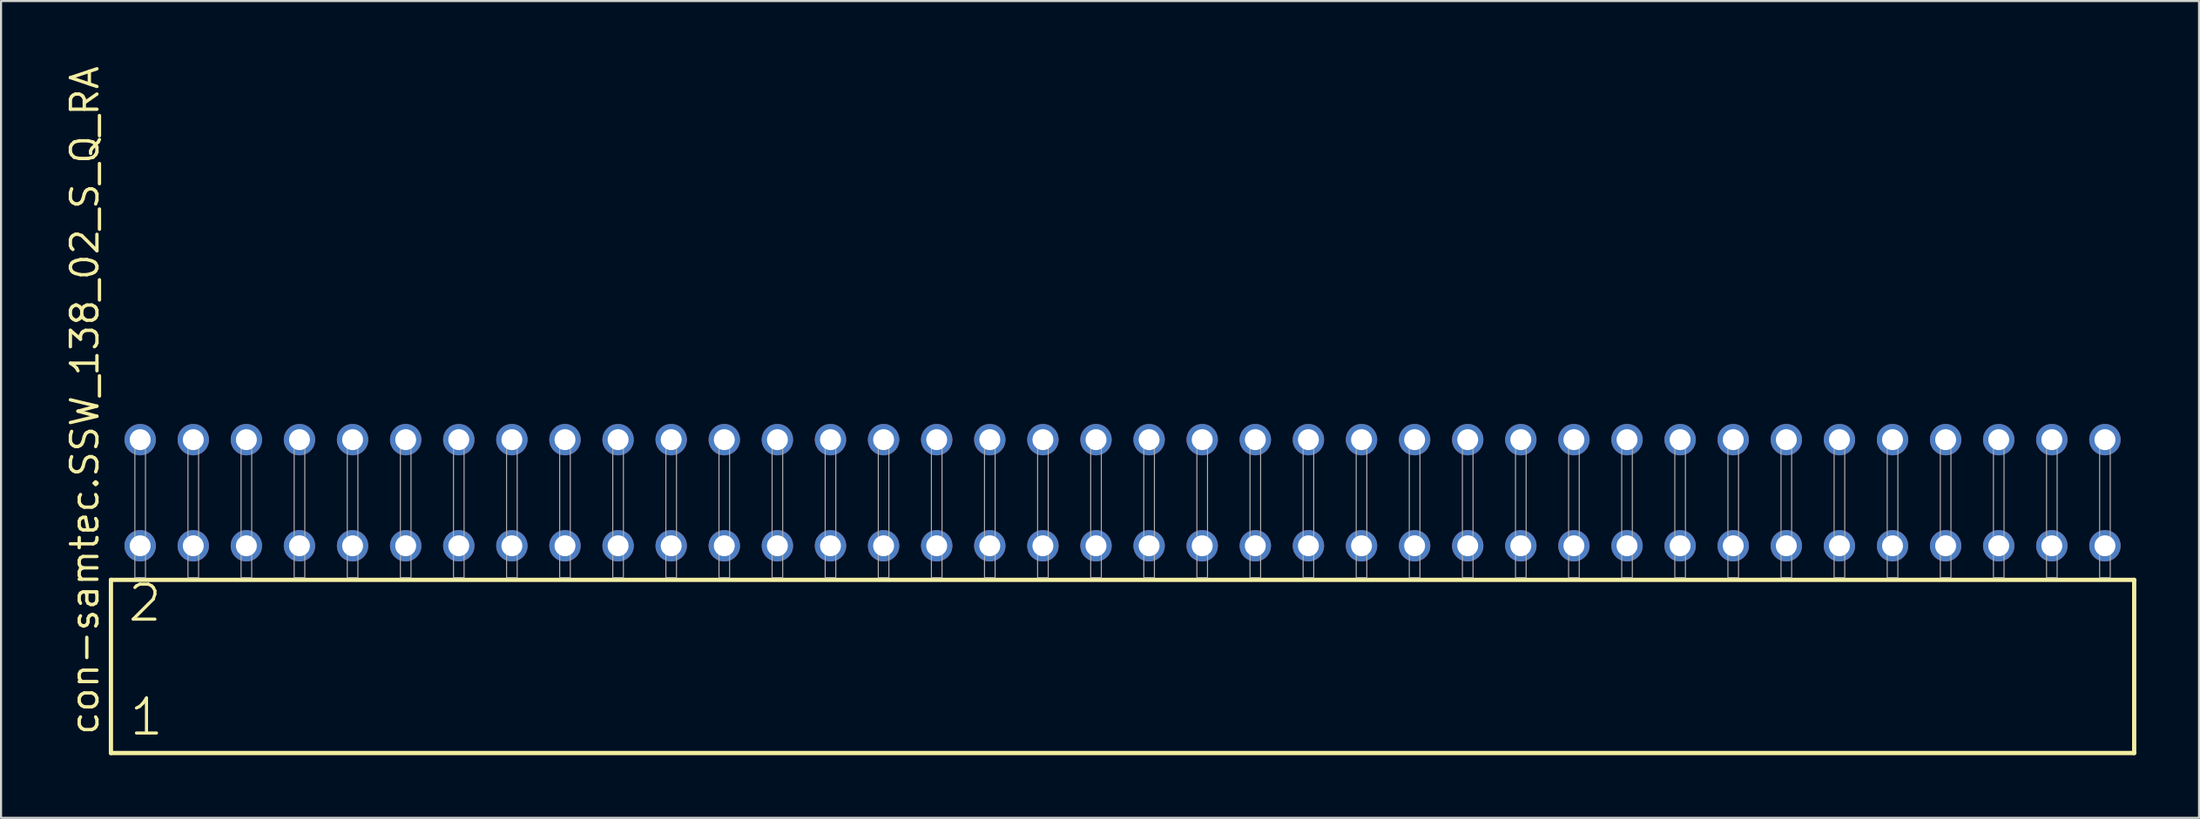
<source format=kicad_pcb>
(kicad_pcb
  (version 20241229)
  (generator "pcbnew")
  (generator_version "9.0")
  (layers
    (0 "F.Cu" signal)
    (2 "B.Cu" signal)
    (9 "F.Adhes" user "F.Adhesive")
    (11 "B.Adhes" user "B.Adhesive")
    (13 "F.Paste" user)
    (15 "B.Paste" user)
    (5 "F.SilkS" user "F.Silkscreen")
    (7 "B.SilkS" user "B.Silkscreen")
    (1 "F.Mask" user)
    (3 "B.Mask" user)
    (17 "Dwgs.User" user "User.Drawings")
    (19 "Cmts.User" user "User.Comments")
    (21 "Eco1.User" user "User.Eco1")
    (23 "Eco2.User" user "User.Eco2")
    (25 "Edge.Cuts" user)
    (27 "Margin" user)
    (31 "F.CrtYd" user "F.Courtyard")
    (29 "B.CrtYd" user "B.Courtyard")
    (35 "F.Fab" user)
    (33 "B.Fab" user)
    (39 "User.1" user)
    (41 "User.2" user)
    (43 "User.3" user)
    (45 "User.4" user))
  (footprint "con-samtec.SSW_138_02_S_Q_RA"
    (layer "F.Cu")
    (at 50.645 24.598)
    (property "Reference" "con-samtec.SSW_138_02_S_Q_RA" (at -48.895 7.62 90) (layer "F.SilkS") (effects (font (size 1.27 1.27) (thickness 0.16)) (justify left bottom)))
    (attr through_hole)
    (fp_line (start -48.389 0.106) (end -48.389 8.396) (stroke (width 0.203) (type default)) (layer "F.SilkS"))
    (fp_line (start -48.389 8.396) (end 48.389 8.396) (stroke (width 0.203) (type default)) (layer "F.SilkS"))
    (fp_line (start 48.389 0.106) (end -48.389 0.106) (stroke (width 0.203) (type default)) (layer "F.SilkS"))
    (fp_line (start 48.389 8.396) (end 48.389 0.106) (stroke (width 0.203) (type default)) (layer "F.SilkS"))
    (fp_rect (start -47.244 0) (end -46.736 -6.858) (stroke (width 0.05) (type default)) (fill no) (layer "F.Fab"))
    (fp_rect (start -44.704 0) (end -44.196 -6.858) (stroke (width 0.05) (type default)) (fill no) (layer "F.Fab"))
    (fp_rect (start -42.164 0) (end -41.656 -6.858) (stroke (width 0.05) (type default)) (fill no) (layer "F.Fab"))
    (fp_rect (start -39.624 0) (end -39.116 -6.858) (stroke (width 0.05) (type default)) (fill no) (layer "F.Fab"))
    (fp_rect (start -37.084 0) (end -36.576 -6.858) (stroke (width 0.05) (type default)) (fill no) (layer "F.Fab"))
    (fp_rect (start -34.544 0) (end -34.036 -6.858) (stroke (width 0.05) (type default)) (fill no) (layer "F.Fab"))
    (fp_rect (start -32.004 0) (end -31.496 -6.858) (stroke (width 0.05) (type default)) (fill no) (layer "F.Fab"))
    (fp_rect (start -29.464 0) (end -28.956 -6.858) (stroke (width 0.05) (type default)) (fill no) (layer "F.Fab"))
    (fp_rect (start -26.924 0) (end -26.416 -6.858) (stroke (width 0.05) (type default)) (fill no) (layer "F.Fab"))
    (fp_rect (start -24.384 0) (end -23.876 -6.858) (stroke (width 0.05) (type default)) (fill no) (layer "F.Fab"))
    (fp_rect (start -21.844 0) (end -21.336 -6.858) (stroke (width 0.05) (type default)) (fill no) (layer "F.Fab"))
    (fp_rect (start -19.304 0) (end -18.796 -6.858) (stroke (width 0.05) (type default)) (fill no) (layer "F.Fab"))
    (fp_rect (start -16.764 0) (end -16.256 -6.858) (stroke (width 0.05) (type default)) (fill no) (layer "F.Fab"))
    (fp_rect (start -14.224 0) (end -13.716 -6.858) (stroke (width 0.05) (type default)) (fill no) (layer "F.Fab"))
    (fp_rect (start -11.684 0) (end -11.176 -6.858) (stroke (width 0.05) (type default)) (fill no) (layer "F.Fab"))
    (fp_rect (start -9.144 0) (end -8.636 -6.858) (stroke (width 0.05) (type default)) (fill no) (layer "F.Fab"))
    (fp_rect (start -6.604 0) (end -6.096 -6.858) (stroke (width 0.05) (type default)) (fill no) (layer "F.Fab"))
    (fp_rect (start -4.064 0) (end -3.556 -6.858) (stroke (width 0.05) (type default)) (fill no) (layer "F.Fab"))
    (fp_rect (start -1.524 0) (end -1.016 -6.858) (stroke (width 0.05) (type default)) (fill no) (layer "F.Fab"))
    (fp_rect (start 1.016 0) (end 1.524 -6.858) (stroke (width 0.05) (type default)) (fill no) (layer "F.Fab"))
    (fp_rect (start 3.556 0) (end 4.064 -6.858) (stroke (width 0.05) (type default)) (fill no) (layer "F.Fab"))
    (fp_rect (start 6.096 0) (end 6.604 -6.858) (stroke (width 0.05) (type default)) (fill no) (layer "F.Fab"))
    (fp_rect (start 8.636 0) (end 9.144 -6.858) (stroke (width 0.05) (type default)) (fill no) (layer "F.Fab"))
    (fp_rect (start 11.176 0) (end 11.684 -6.858) (stroke (width 0.05) (type default)) (fill no) (layer "F.Fab"))
    (fp_rect (start 13.716 0) (end 14.224 -6.858) (stroke (width 0.05) (type default)) (fill no) (layer "F.Fab"))
    (fp_rect (start 16.256 0) (end 16.764 -6.858) (stroke (width 0.05) (type default)) (fill no) (layer "F.Fab"))
    (fp_rect (start 18.796 0) (end 19.304 -6.858) (stroke (width 0.05) (type default)) (fill no) (layer "F.Fab"))
    (fp_rect (start 21.336 0) (end 21.844 -6.858) (stroke (width 0.05) (type default)) (fill no) (layer "F.Fab"))
    (fp_rect (start 23.876 0) (end 24.384 -6.858) (stroke (width 0.05) (type default)) (fill no) (layer "F.Fab"))
    (fp_rect (start 26.416 0) (end 26.924 -6.858) (stroke (width 0.05) (type default)) (fill no) (layer "F.Fab"))
    (fp_rect (start 28.956 0) (end 29.464 -6.858) (stroke (width 0.05) (type default)) (fill no) (layer "F.Fab"))
    (fp_rect (start 31.496 0) (end 32.004 -6.858) (stroke (width 0.05) (type default)) (fill no) (layer "F.Fab"))
    (fp_rect (start 34.036 0) (end 34.544 -6.858) (stroke (width 0.05) (type default)) (fill no) (layer "F.Fab"))
    (fp_rect (start 36.576 0) (end 37.084 -6.858) (stroke (width 0.05) (type default)) (fill no) (layer "F.Fab"))
    (fp_rect (start 39.116 0) (end 39.624 -6.858) (stroke (width 0.05) (type default)) (fill no) (layer "F.Fab"))
    (fp_rect (start 41.656 0) (end 42.164 -6.858) (stroke (width 0.05) (type default)) (fill no) (layer "F.Fab"))
    (fp_rect (start 44.196 0) (end 44.704 -6.858) (stroke (width 0.05) (type default)) (fill no) (layer "F.Fab"))
    (fp_rect (start 46.736 0) (end 47.244 -6.858) (stroke (width 0.05) (type default)) (fill no) (layer "F.Fab"))
    (fp_text user "1" (at -47.585 7.65 0) (layer "F.SilkS") (effects (font (size 1.676 1.676) (thickness 0.15)) (justify left bottom)))
    (fp_text user "2" (at -47.66 2.2 0) (layer "F.SilkS") (effects (font (size 1.676 1.676) (thickness 0.15)) (justify left bottom)))
    (pad "1" thru_hole circle (at -46.99 -1.524) (size 1.5 1.5) (drill 1) (layers "*.Cu" "*.Mask"))
    (pad "2" thru_hole circle (at -46.99 -6.604) (size 1.5 1.5) (drill 1) (layers "*.Cu" "*.Mask"))
    (pad "3" thru_hole circle (at -44.45 -1.524) (size 1.5 1.5) (drill 1) (layers "*.Cu" "*.Mask"))
    (pad "4" thru_hole circle (at -44.45 -6.604) (size 1.5 1.5) (drill 1) (layers "*.Cu" "*.Mask"))
    (pad "5" thru_hole circle (at -41.91 -1.524) (size 1.5 1.5) (drill 1) (layers "*.Cu" "*.Mask"))
    (pad "6" thru_hole circle (at -41.91 -6.604) (size 1.5 1.5) (drill 1) (layers "*.Cu" "*.Mask"))
    (pad "7" thru_hole circle (at -39.37 -1.524) (size 1.5 1.5) (drill 1) (layers "*.Cu" "*.Mask"))
    (pad "8" thru_hole circle (at -39.37 -6.604) (size 1.5 1.5) (drill 1) (layers "*.Cu" "*.Mask"))
    (pad "9" thru_hole circle (at -36.83 -1.524) (size 1.5 1.5) (drill 1) (layers "*.Cu" "*.Mask"))
    (pad "10" thru_hole circle (at -36.83 -6.604) (size 1.5 1.5) (drill 1) (layers "*.Cu" "*.Mask"))
    (pad "11" thru_hole circle (at -34.29 -1.524) (size 1.5 1.5) (drill 1) (layers "*.Cu" "*.Mask"))
    (pad "12" thru_hole circle (at -34.29 -6.604) (size 1.5 1.5) (drill 1) (layers "*.Cu" "*.Mask"))
    (pad "13" thru_hole circle (at -31.75 -1.524) (size 1.5 1.5) (drill 1) (layers "*.Cu" "*.Mask"))
    (pad "14" thru_hole circle (at -31.75 -6.604) (size 1.5 1.5) (drill 1) (layers "*.Cu" "*.Mask"))
    (pad "15" thru_hole circle (at -29.21 -1.524) (size 1.5 1.5) (drill 1) (layers "*.Cu" "*.Mask"))
    (pad "16" thru_hole circle (at -29.21 -6.604) (size 1.5 1.5) (drill 1) (layers "*.Cu" "*.Mask"))
    (pad "17" thru_hole circle (at -26.67 -1.524) (size 1.5 1.5) (drill 1) (layers "*.Cu" "*.Mask"))
    (pad "18" thru_hole circle (at -26.67 -6.604) (size 1.5 1.5) (drill 1) (layers "*.Cu" "*.Mask"))
    (pad "19" thru_hole circle (at -24.13 -1.524) (size 1.5 1.5) (drill 1) (layers "*.Cu" "*.Mask"))
    (pad "20" thru_hole circle (at -24.13 -6.604) (size 1.5 1.5) (drill 1) (layers "*.Cu" "*.Mask"))
    (pad "21" thru_hole circle (at -21.59 -1.524) (size 1.5 1.5) (drill 1) (layers "*.Cu" "*.Mask"))
    (pad "22" thru_hole circle (at -21.59 -6.604) (size 1.5 1.5) (drill 1) (layers "*.Cu" "*.Mask"))
    (pad "23" thru_hole circle (at -19.05 -1.524) (size 1.5 1.5) (drill 1) (layers "*.Cu" "*.Mask"))
    (pad "24" thru_hole circle (at -19.05 -6.604) (size 1.5 1.5) (drill 1) (layers "*.Cu" "*.Mask"))
    (pad "25" thru_hole circle (at -16.51 -1.524) (size 1.5 1.5) (drill 1) (layers "*.Cu" "*.Mask"))
    (pad "26" thru_hole circle (at -16.51 -6.604) (size 1.5 1.5) (drill 1) (layers "*.Cu" "*.Mask"))
    (pad "27" thru_hole circle (at -13.97 -1.524) (size 1.5 1.5) (drill 1) (layers "*.Cu" "*.Mask"))
    (pad "28" thru_hole circle (at -13.97 -6.604) (size 1.5 1.5) (drill 1) (layers "*.Cu" "*.Mask"))
    (pad "29" thru_hole circle (at -11.43 -1.524) (size 1.5 1.5) (drill 1) (layers "*.Cu" "*.Mask"))
    (pad "30" thru_hole circle (at -11.43 -6.604) (size 1.5 1.5) (drill 1) (layers "*.Cu" "*.Mask"))
    (pad "31" thru_hole circle (at -8.89 -1.524) (size 1.5 1.5) (drill 1) (layers "*.Cu" "*.Mask"))
    (pad "32" thru_hole circle (at -8.89 -6.604) (size 1.5 1.5) (drill 1) (layers "*.Cu" "*.Mask"))
    (pad "33" thru_hole circle (at -6.35 -1.524) (size 1.5 1.5) (drill 1) (layers "*.Cu" "*.Mask"))
    (pad "34" thru_hole circle (at -6.35 -6.604) (size 1.5 1.5) (drill 1) (layers "*.Cu" "*.Mask"))
    (pad "35" thru_hole circle (at -3.81 -1.524) (size 1.5 1.5) (drill 1) (layers "*.Cu" "*.Mask"))
    (pad "36" thru_hole circle (at -3.81 -6.604) (size 1.5 1.5) (drill 1) (layers "*.Cu" "*.Mask"))
    (pad "37" thru_hole circle (at -1.27 -1.524) (size 1.5 1.5) (drill 1) (layers "*.Cu" "*.Mask"))
    (pad "38" thru_hole circle (at -1.27 -6.604) (size 1.5 1.5) (drill 1) (layers "*.Cu" "*.Mask"))
    (pad "39" thru_hole circle (at 1.27 -1.524) (size 1.5 1.5) (drill 1) (layers "*.Cu" "*.Mask"))
    (pad "40" thru_hole circle (at 1.27 -6.604) (size 1.5 1.5) (drill 1) (layers "*.Cu" "*.Mask"))
    (pad "41" thru_hole circle (at 3.81 -1.524) (size 1.5 1.5) (drill 1) (layers "*.Cu" "*.Mask"))
    (pad "42" thru_hole circle (at 3.81 -6.604) (size 1.5 1.5) (drill 1) (layers "*.Cu" "*.Mask"))
    (pad "43" thru_hole circle (at 6.35 -1.524) (size 1.5 1.5) (drill 1) (layers "*.Cu" "*.Mask"))
    (pad "44" thru_hole circle (at 6.35 -6.604) (size 1.5 1.5) (drill 1) (layers "*.Cu" "*.Mask"))
    (pad "45" thru_hole circle (at 8.89 -1.524) (size 1.5 1.5) (drill 1) (layers "*.Cu" "*.Mask"))
    (pad "46" thru_hole circle (at 8.89 -6.604) (size 1.5 1.5) (drill 1) (layers "*.Cu" "*.Mask"))
    (pad "47" thru_hole circle (at 11.43 -1.524) (size 1.5 1.5) (drill 1) (layers "*.Cu" "*.Mask"))
    (pad "48" thru_hole circle (at 11.43 -6.604) (size 1.5 1.5) (drill 1) (layers "*.Cu" "*.Mask"))
    (pad "49" thru_hole circle (at 13.97 -1.524) (size 1.5 1.5) (drill 1) (layers "*.Cu" "*.Mask"))
    (pad "50" thru_hole circle (at 13.97 -6.604) (size 1.5 1.5) (drill 1) (layers "*.Cu" "*.Mask"))
    (pad "51" thru_hole circle (at 16.51 -1.524) (size 1.5 1.5) (drill 1) (layers "*.Cu" "*.Mask"))
    (pad "52" thru_hole circle (at 16.51 -6.604) (size 1.5 1.5) (drill 1) (layers "*.Cu" "*.Mask"))
    (pad "53" thru_hole circle (at 19.05 -1.524) (size 1.5 1.5) (drill 1) (layers "*.Cu" "*.Mask"))
    (pad "54" thru_hole circle (at 19.05 -6.604) (size 1.5 1.5) (drill 1) (layers "*.Cu" "*.Mask"))
    (pad "55" thru_hole circle (at 21.59 -1.524) (size 1.5 1.5) (drill 1) (layers "*.Cu" "*.Mask"))
    (pad "56" thru_hole circle (at 21.59 -6.604) (size 1.5 1.5) (drill 1) (layers "*.Cu" "*.Mask"))
    (pad "57" thru_hole circle (at 24.13 -1.524) (size 1.5 1.5) (drill 1) (layers "*.Cu" "*.Mask"))
    (pad "58" thru_hole circle (at 24.13 -6.604) (size 1.5 1.5) (drill 1) (layers "*.Cu" "*.Mask"))
    (pad "59" thru_hole circle (at 26.67 -1.524) (size 1.5 1.5) (drill 1) (layers "*.Cu" "*.Mask"))
    (pad "60" thru_hole circle (at 26.67 -6.604) (size 1.5 1.5) (drill 1) (layers "*.Cu" "*.Mask"))
    (pad "61" thru_hole circle (at 29.21 -1.524) (size 1.5 1.5) (drill 1) (layers "*.Cu" "*.Mask"))
    (pad "62" thru_hole circle (at 29.21 -6.604) (size 1.5 1.5) (drill 1) (layers "*.Cu" "*.Mask"))
    (pad "63" thru_hole circle (at 31.75 -1.524) (size 1.5 1.5) (drill 1) (layers "*.Cu" "*.Mask"))
    (pad "64" thru_hole circle (at 31.75 -6.604) (size 1.5 1.5) (drill 1) (layers "*.Cu" "*.Mask"))
    (pad "65" thru_hole circle (at 34.29 -1.524) (size 1.5 1.5) (drill 1) (layers "*.Cu" "*.Mask"))
    (pad "66" thru_hole circle (at 34.29 -6.604) (size 1.5 1.5) (drill 1) (layers "*.Cu" "*.Mask"))
    (pad "67" thru_hole circle (at 36.83 -1.524) (size 1.5 1.5) (drill 1) (layers "*.Cu" "*.Mask"))
    (pad "68" thru_hole circle (at 36.83 -6.604) (size 1.5 1.5) (drill 1) (layers "*.Cu" "*.Mask"))
    (pad "69" thru_hole circle (at 39.37 -1.524) (size 1.5 1.5) (drill 1) (layers "*.Cu" "*.Mask"))
    (pad "70" thru_hole circle (at 39.37 -6.604) (size 1.5 1.5) (drill 1) (layers "*.Cu" "*.Mask"))
    (pad "71" thru_hole circle (at 41.91 -1.524) (size 1.5 1.5) (drill 1) (layers "*.Cu" "*.Mask"))
    (pad "72" thru_hole circle (at 41.91 -6.604) (size 1.5 1.5) (drill 1) (layers "*.Cu" "*.Mask"))
    (pad "73" thru_hole circle (at 44.45 -1.524) (size 1.5 1.5) (drill 1) (layers "*.Cu" "*.Mask"))
    (pad "74" thru_hole circle (at 44.45 -6.604) (size 1.5 1.5) (drill 1) (layers "*.Cu" "*.Mask"))
    (pad "75" thru_hole circle (at 46.99 -1.524) (size 1.5 1.5) (drill 1) (layers "*.Cu" "*.Mask"))
    (pad "76" thru_hole circle (at 46.99 -6.604) (size 1.5 1.5) (drill 1) (layers "*.Cu" "*.Mask")))
  (gr_rect
    (start -3 -3)
    (end 102.136 36.096)
    (stroke (width 0.1) (type default))
    (fill no)
    (layer "Edge.Cuts")))
</source>
